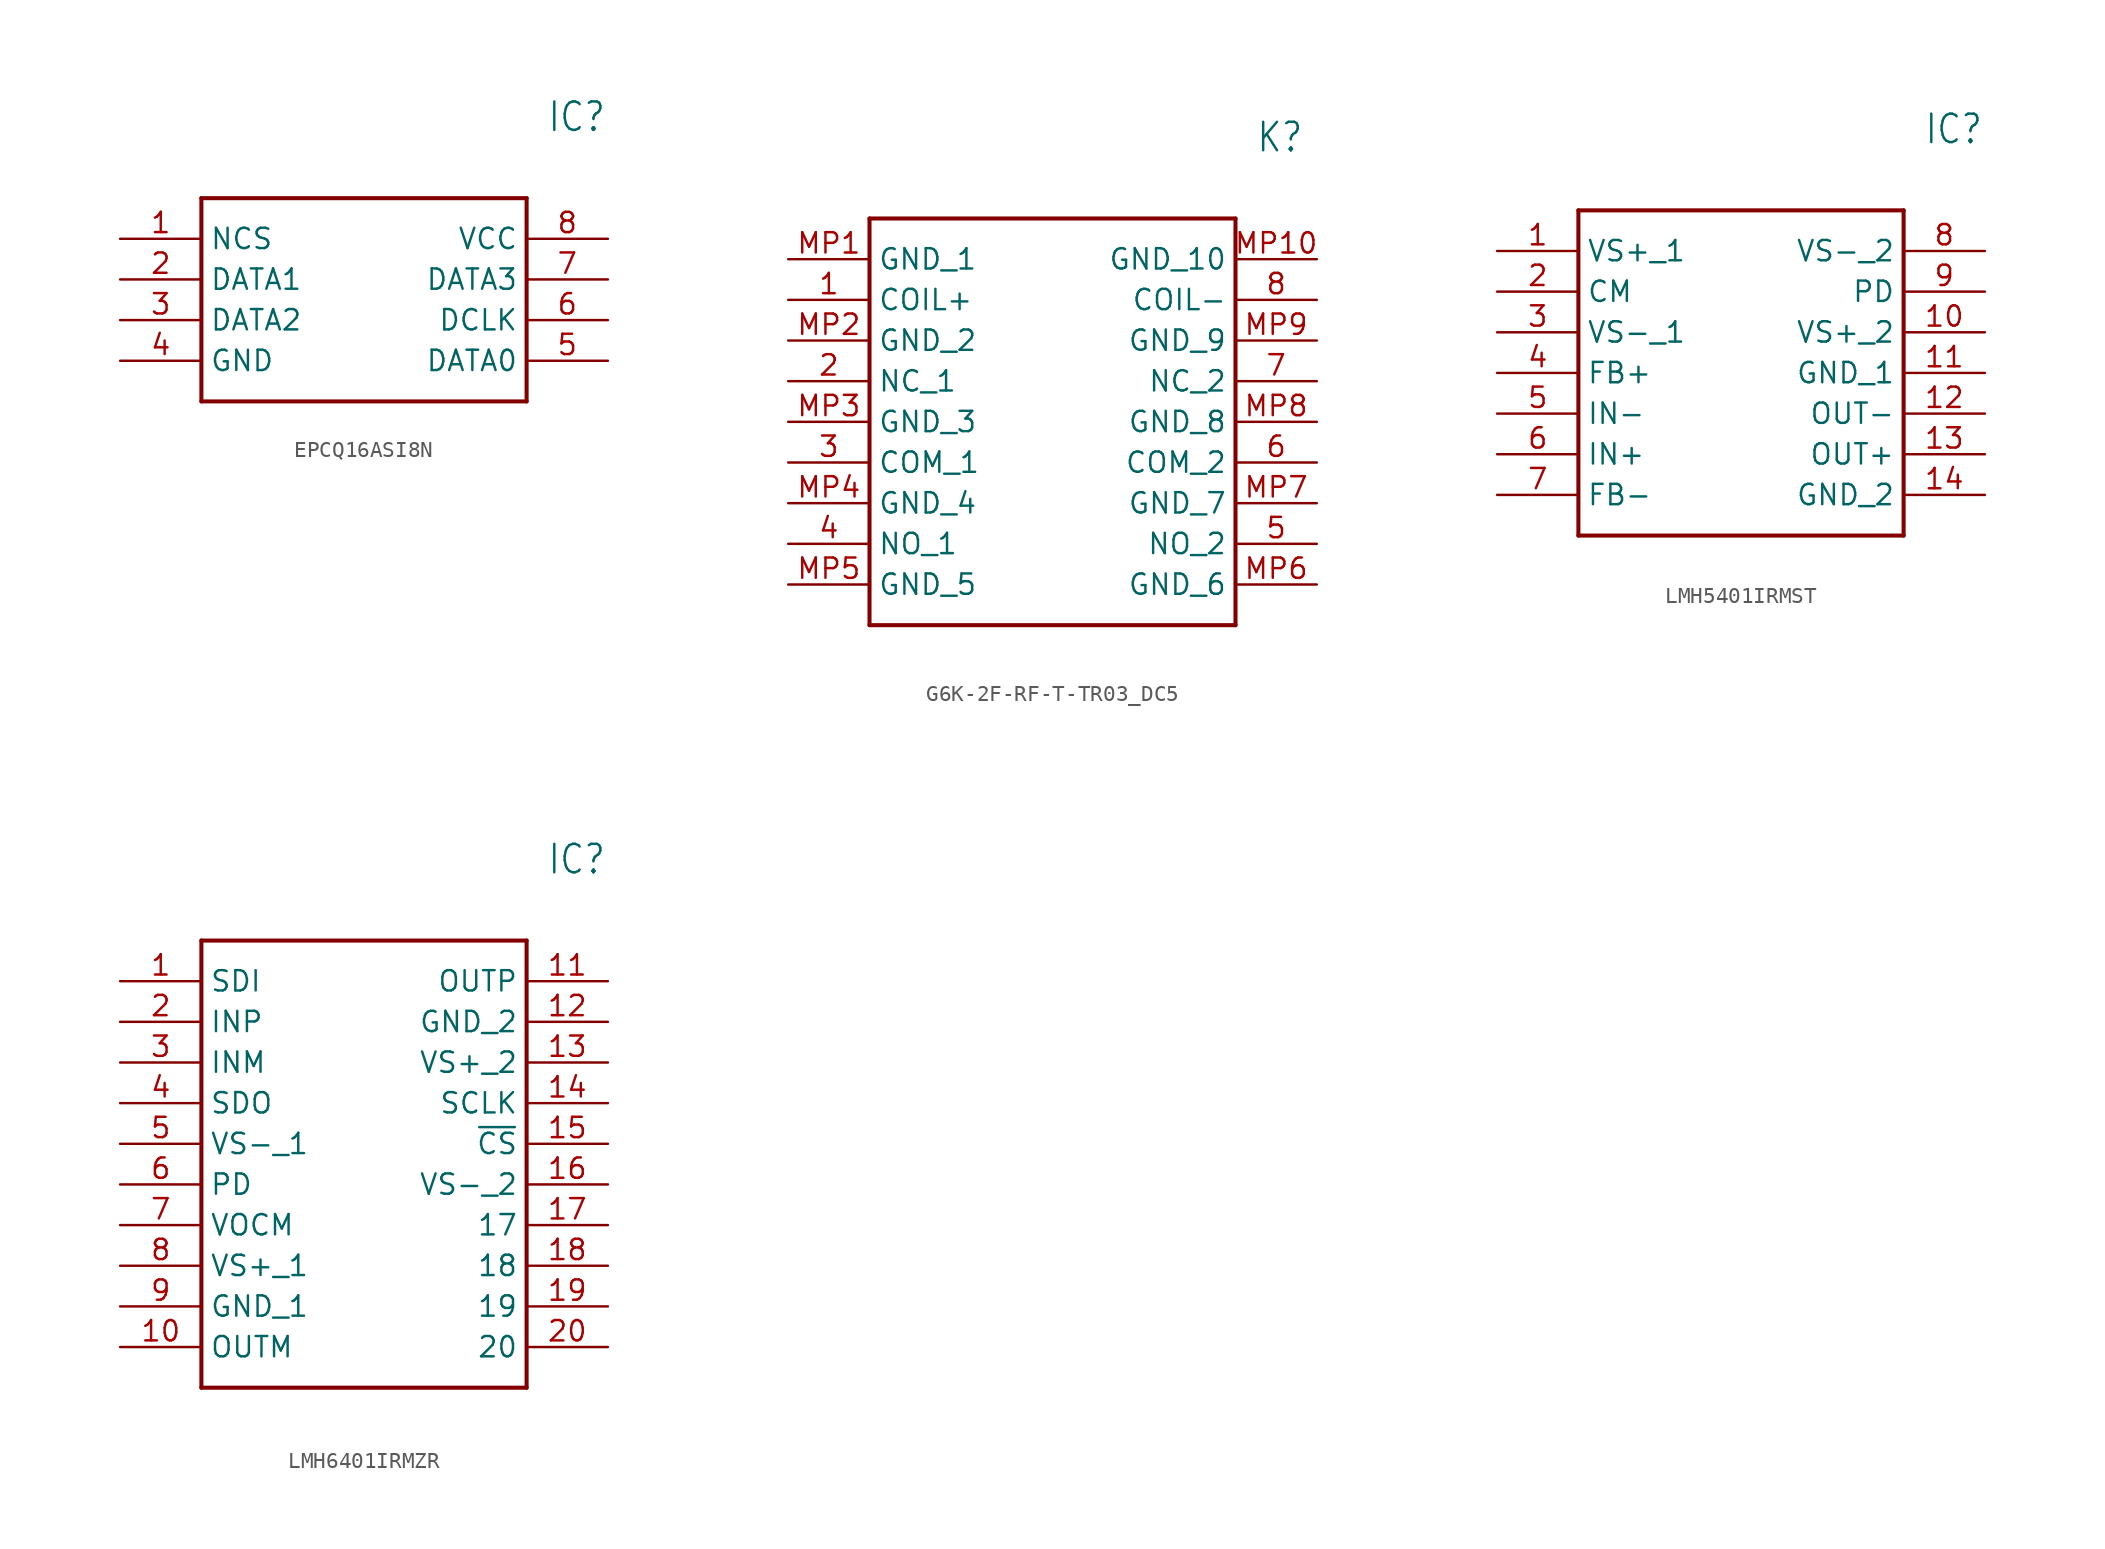
<source format=kicad_sym>
(kicad_symbol_lib
  (version 20231120)
  (generator "kicad_symbol_editor")
  (generator_version "8.0")
  (symbol "EPCQ16ASI8N"
    (property "Reference" "IC"
      (at 26.67 7.62 0)
      (effects (font (size 1.778 1.511)) (justify left)))
    (property "Value" ""
      (at 26.67 5.08 0)
      (effects (font (size 1.778 1.511)) (justify left)))
    (property "ki_locked" ""
      (at 0 0 0)
      (effects (font (size 1.27 1.27))))
    (symbol "EPCQ16ASI8N_1_0"
      (polyline (pts (xy 5.08 2.54) (xy 5.08 -10.16)) (stroke (width 0.254) (type solid)) (fill (type none)))
      (polyline (pts (xy 5.08 2.54) (xy 25.4 2.54)) (stroke (width 0.254) (type solid)) (fill (type none)))
      (polyline (pts (xy 25.4 -10.16) (xy 5.08 -10.16)) (stroke (width 0.254) (type solid)) (fill (type none)))
      (polyline (pts (xy 25.4 -10.16) (xy 25.4 2.54)) (stroke (width 0.254) (type solid)) (fill (type none)))
      (pin bidirectional line (at 0 0 0) (length 5.08) (name "NCS" (effects (font (size 1.27 1.27)))) (number "1" (effects (font (size 1.27 1.27)))))
      (pin bidirectional line (at 0 -2.54 0) (length 5.08) (name "DATA1" (effects (font (size 1.27 1.27)))) (number "2" (effects (font (size 1.27 1.27)))))
      (pin bidirectional line (at 0 -5.08 0) (length 5.08) (name "DATA2" (effects (font (size 1.27 1.27)))) (number "3" (effects (font (size 1.27 1.27)))))
      (pin bidirectional line (at 0 -7.62 0) (length 5.08) (name "GND" (effects (font (size 1.27 1.27)))) (number "4" (effects (font (size 1.27 1.27)))))
      (pin bidirectional line (at 30.48 -7.62 180) (length 5.08) (name "DATA0" (effects (font (size 1.27 1.27)))) (number "5" (effects (font (size 1.27 1.27)))))
      (pin bidirectional line (at 30.48 -5.08 180) (length 5.08) (name "DCLK" (effects (font (size 1.27 1.27)))) (number "6" (effects (font (size 1.27 1.27)))))
      (pin bidirectional line (at 30.48 -2.54 180) (length 5.08) (name "DATA3" (effects (font (size 1.27 1.27)))) (number "7" (effects (font (size 1.27 1.27)))))
      (pin bidirectional line (at 30.48 0 180) (length 5.08) (name "VCC" (effects (font (size 1.27 1.27)))) (number "8" (effects (font (size 1.27 1.27)))))))
  (symbol "G6K-2F-RF-T-TR03_DC5"
    (property "Reference" "K"
      (at 29.21 7.62 0)
      (effects (font (size 1.778 1.511)) (justify left)))
    (property "Value" ""
      (at 29.21 5.08 0)
      (effects (font (size 1.778 1.511)) (justify left)))
    (property "ki_locked" ""
      (at 0 0 0)
      (effects (font (size 1.27 1.27))))
    (symbol "G6K-2F-RF-T-TR03_DC5_1_0"
      (polyline (pts (xy 5.08 2.54) (xy 5.08 -22.86)) (stroke (width 0.254) (type solid)) (fill (type none)))
      (polyline (pts (xy 5.08 2.54) (xy 27.94 2.54)) (stroke (width 0.254) (type solid)) (fill (type none)))
      (polyline (pts (xy 27.94 -22.86) (xy 5.08 -22.86)) (stroke (width 0.254) (type solid)) (fill (type none)))
      (polyline (pts (xy 27.94 -22.86) (xy 27.94 2.54)) (stroke (width 0.254) (type solid)) (fill (type none)))
      (pin bidirectional line (at 0 -2.54 0) (length 5.08) (name "COIL+" (effects (font (size 1.27 1.27)))) (number "1" (effects (font (size 1.27 1.27)))))
      (pin bidirectional line (at 0 -7.62 0) (length 5.08) (name "NC_1" (effects (font (size 1.27 1.27)))) (number "2" (effects (font (size 1.27 1.27)))))
      (pin bidirectional line (at 0 -12.7 0) (length 5.08) (name "COM_1" (effects (font (size 1.27 1.27)))) (number "3" (effects (font (size 1.27 1.27)))))
      (pin bidirectional line (at 0 -17.78 0) (length 5.08) (name "NO_1" (effects (font (size 1.27 1.27)))) (number "4" (effects (font (size 1.27 1.27)))))
      (pin bidirectional line (at 33.02 -17.78 180) (length 5.08) (name "NO_2" (effects (font (size 1.27 1.27)))) (number "5" (effects (font (size 1.27 1.27)))))
      (pin bidirectional line (at 33.02 -12.7 180) (length 5.08) (name "COM_2" (effects (font (size 1.27 1.27)))) (number "6" (effects (font (size 1.27 1.27)))))
      (pin bidirectional line (at 33.02 -7.62 180) (length 5.08) (name "NC_2" (effects (font (size 1.27 1.27)))) (number "7" (effects (font (size 1.27 1.27)))))
      (pin bidirectional line (at 33.02 -2.54 180) (length 5.08) (name "COIL-" (effects (font (size 1.27 1.27)))) (number "8" (effects (font (size 1.27 1.27)))))
      (pin bidirectional line (at 0 0 0) (length 5.08) (name "GND_1" (effects (font (size 1.27 1.27)))) (number "MP1" (effects (font (size 1.27 1.27)))))
      (pin bidirectional line (at 33.02 0 180) (length 5.08) (name "GND_10" (effects (font (size 1.27 1.27)))) (number "MP10" (effects (font (size 1.27 1.27)))))
      (pin bidirectional line (at 0 -5.08 0) (length 5.08) (name "GND_2" (effects (font (size 1.27 1.27)))) (number "MP2" (effects (font (size 1.27 1.27)))))
      (pin bidirectional line (at 0 -10.16 0) (length 5.08) (name "GND_3" (effects (font (size 1.27 1.27)))) (number "MP3" (effects (font (size 1.27 1.27)))))
      (pin bidirectional line (at 0 -15.24 0) (length 5.08) (name "GND_4" (effects (font (size 1.27 1.27)))) (number "MP4" (effects (font (size 1.27 1.27)))))
      (pin bidirectional line (at 0 -20.32 0) (length 5.08) (name "GND_5" (effects (font (size 1.27 1.27)))) (number "MP5" (effects (font (size 1.27 1.27)))))
      (pin bidirectional line (at 33.02 -20.32 180) (length 5.08) (name "GND_6" (effects (font (size 1.27 1.27)))) (number "MP6" (effects (font (size 1.27 1.27)))))
      (pin bidirectional line (at 33.02 -15.24 180) (length 5.08) (name "GND_7" (effects (font (size 1.27 1.27)))) (number "MP7" (effects (font (size 1.27 1.27)))))
      (pin bidirectional line (at 33.02 -10.16 180) (length 5.08) (name "GND_8" (effects (font (size 1.27 1.27)))) (number "MP8" (effects (font (size 1.27 1.27)))))
      (pin bidirectional line (at 33.02 -5.08 180) (length 5.08) (name "GND_9" (effects (font (size 1.27 1.27)))) (number "MP9" (effects (font (size 1.27 1.27)))))))
  (symbol "LMH5401IRMST"
    (property "Reference" "IC"
      (at 26.67 7.62 0)
      (effects (font (size 1.778 1.511)) (justify left)))
    (property "Value" ""
      (at 26.67 5.08 0)
      (effects (font (size 1.778 1.511)) (justify left)))
    (property "ki_locked" ""
      (at 0 0 0)
      (effects (font (size 1.27 1.27))))
    (symbol "LMH5401IRMST_1_0"
      (polyline (pts (xy 5.08 2.54) (xy 5.08 -17.78)) (stroke (width 0.254) (type solid)) (fill (type none)))
      (polyline (pts (xy 5.08 2.54) (xy 25.4 2.54)) (stroke (width 0.254) (type solid)) (fill (type none)))
      (polyline (pts (xy 25.4 -17.78) (xy 5.08 -17.78)) (stroke (width 0.254) (type solid)) (fill (type none)))
      (polyline (pts (xy 25.4 -17.78) (xy 25.4 2.54)) (stroke (width 0.254) (type solid)) (fill (type none)))
      (pin bidirectional line (at 0 0 0) (length 5.08) (name "VS+_1" (effects (font (size 1.27 1.27)))) (number "1" (effects (font (size 1.27 1.27)))))
      (pin bidirectional line (at 30.48 -5.08 180) (length 5.08) (name "VS+_2" (effects (font (size 1.27 1.27)))) (number "10" (effects (font (size 1.27 1.27)))))
      (pin bidirectional line (at 30.48 -7.62 180) (length 5.08) (name "GND_1" (effects (font (size 1.27 1.27)))) (number "11" (effects (font (size 1.27 1.27)))))
      (pin bidirectional line (at 30.48 -10.16 180) (length 5.08) (name "OUT-" (effects (font (size 1.27 1.27)))) (number "12" (effects (font (size 1.27 1.27)))))
      (pin bidirectional line (at 30.48 -12.7 180) (length 5.08) (name "OUT+" (effects (font (size 1.27 1.27)))) (number "13" (effects (font (size 1.27 1.27)))))
      (pin bidirectional line (at 30.48 -15.24 180) (length 5.08) (name "GND_2" (effects (font (size 1.27 1.27)))) (number "14" (effects (font (size 1.27 1.27)))))
      (pin bidirectional line (at 0 -2.54 0) (length 5.08) (name "CM" (effects (font (size 1.27 1.27)))) (number "2" (effects (font (size 1.27 1.27)))))
      (pin bidirectional line (at 0 -5.08 0) (length 5.08) (name "VS-_1" (effects (font (size 1.27 1.27)))) (number "3" (effects (font (size 1.27 1.27)))))
      (pin bidirectional line (at 0 -7.62 0) (length 5.08) (name "FB+" (effects (font (size 1.27 1.27)))) (number "4" (effects (font (size 1.27 1.27)))))
      (pin bidirectional line (at 0 -10.16 0) (length 5.08) (name "IN-" (effects (font (size 1.27 1.27)))) (number "5" (effects (font (size 1.27 1.27)))))
      (pin bidirectional line (at 0 -12.7 0) (length 5.08) (name "IN+" (effects (font (size 1.27 1.27)))) (number "6" (effects (font (size 1.27 1.27)))))
      (pin bidirectional line (at 0 -15.24 0) (length 5.08) (name "FB-" (effects (font (size 1.27 1.27)))) (number "7" (effects (font (size 1.27 1.27)))))
      (pin bidirectional line (at 30.48 0 180) (length 5.08) (name "VS-_2" (effects (font (size 1.27 1.27)))) (number "8" (effects (font (size 1.27 1.27)))))
      (pin bidirectional line (at 30.48 -2.54 180) (length 5.08) (name "PD" (effects (font (size 1.27 1.27)))) (number "9" (effects (font (size 1.27 1.27)))))))
  (symbol "LMH6401IRMZR"
    (property "Reference" "IC"
      (at 26.67 7.62 0)
      (effects (font (size 1.778 1.511)) (justify left)))
    (property "Value" ""
      (at 26.67 5.08 0)
      (effects (font (size 1.778 1.511)) (justify left)))
    (property "ki_locked" ""
      (at 0 0 0)
      (effects (font (size 1.27 1.27))))
    (symbol "LMH6401IRMZR_1_0"
      (polyline (pts (xy 5.08 2.54) (xy 5.08 -25.4)) (stroke (width 0.254) (type solid)) (fill (type none)))
      (polyline (pts (xy 5.08 2.54) (xy 25.4 2.54)) (stroke (width 0.254) (type solid)) (fill (type none)))
      (polyline (pts (xy 25.4 -25.4) (xy 5.08 -25.4)) (stroke (width 0.254) (type solid)) (fill (type none)))
      (polyline (pts (xy 25.4 -25.4) (xy 25.4 2.54)) (stroke (width 0.254) (type solid)) (fill (type none)))
      (pin bidirectional line (at 0 0 0) (length 5.08) (name "SDI" (effects (font (size 1.27 1.27)))) (number "1" (effects (font (size 1.27 1.27)))))
      (pin bidirectional line (at 0 -22.86 0) (length 5.08) (name "OUTM" (effects (font (size 1.27 1.27)))) (number "10" (effects (font (size 1.27 1.27)))))
      (pin bidirectional line (at 30.48 0 180) (length 5.08) (name "OUTP" (effects (font (size 1.27 1.27)))) (number "11" (effects (font (size 1.27 1.27)))))
      (pin bidirectional line (at 30.48 -2.54 180) (length 5.08) (name "GND_2" (effects (font (size 1.27 1.27)))) (number "12" (effects (font (size 1.27 1.27)))))
      (pin bidirectional line (at 30.48 -5.08 180) (length 5.08) (name "VS+_2" (effects (font (size 1.27 1.27)))) (number "13" (effects (font (size 1.27 1.27)))))
      (pin bidirectional line (at 30.48 -7.62 180) (length 5.08) (name "SCLK" (effects (font (size 1.27 1.27)))) (number "14" (effects (font (size 1.27 1.27)))))
      (pin bidirectional line (at 30.48 -10.16 180) (length 5.08) (name "~{CS}" (effects (font (size 1.27 1.27)))) (number "15" (effects (font (size 1.27 1.27)))))
      (pin bidirectional line (at 30.48 -12.7 180) (length 5.08) (name "VS-_2" (effects (font (size 1.27 1.27)))) (number "16" (effects (font (size 1.27 1.27)))))
      (pin bidirectional line (at 30.48 -15.24 180) (length 5.08) (name "17" (effects (font (size 1.27 1.27)))) (number "17" (effects (font (size 1.27 1.27)))))
      (pin bidirectional line (at 30.48 -17.78 180) (length 5.08) (name "18" (effects (font (size 1.27 1.27)))) (number "18" (effects (font (size 1.27 1.27)))))
      (pin bidirectional line (at 30.48 -20.32 180) (length 5.08) (name "19" (effects (font (size 1.27 1.27)))) (number "19" (effects (font (size 1.27 1.27)))))
      (pin bidirectional line (at 0 -2.54 0) (length 5.08) (name "INP" (effects (font (size 1.27 1.27)))) (number "2" (effects (font (size 1.27 1.27)))))
      (pin bidirectional line (at 30.48 -22.86 180) (length 5.08) (name "20" (effects (font (size 1.27 1.27)))) (number "20" (effects (font (size 1.27 1.27)))))
      (pin bidirectional line (at 0 -5.08 0) (length 5.08) (name "INM" (effects (font (size 1.27 1.27)))) (number "3" (effects (font (size 1.27 1.27)))))
      (pin bidirectional line (at 0 -7.62 0) (length 5.08) (name "SDO" (effects (font (size 1.27 1.27)))) (number "4" (effects (font (size 1.27 1.27)))))
      (pin bidirectional line (at 0 -10.16 0) (length 5.08) (name "VS-_1" (effects (font (size 1.27 1.27)))) (number "5" (effects (font (size 1.27 1.27)))))
      (pin bidirectional line (at 0 -12.7 0) (length 5.08) (name "PD" (effects (font (size 1.27 1.27)))) (number "6" (effects (font (size 1.27 1.27)))))
      (pin bidirectional line (at 0 -15.24 0) (length 5.08) (name "VOCM" (effects (font (size 1.27 1.27)))) (number "7" (effects (font (size 1.27 1.27)))))
      (pin bidirectional line (at 0 -17.78 0) (length 5.08) (name "VS+_1" (effects (font (size 1.27 1.27)))) (number "8" (effects (font (size 1.27 1.27)))))
      (pin bidirectional line (at 0 -20.32 0) (length 5.08) (name "GND_1" (effects (font (size 1.27 1.27)))) (number "9" (effects (font (size 1.27 1.27))))))))
</source>
